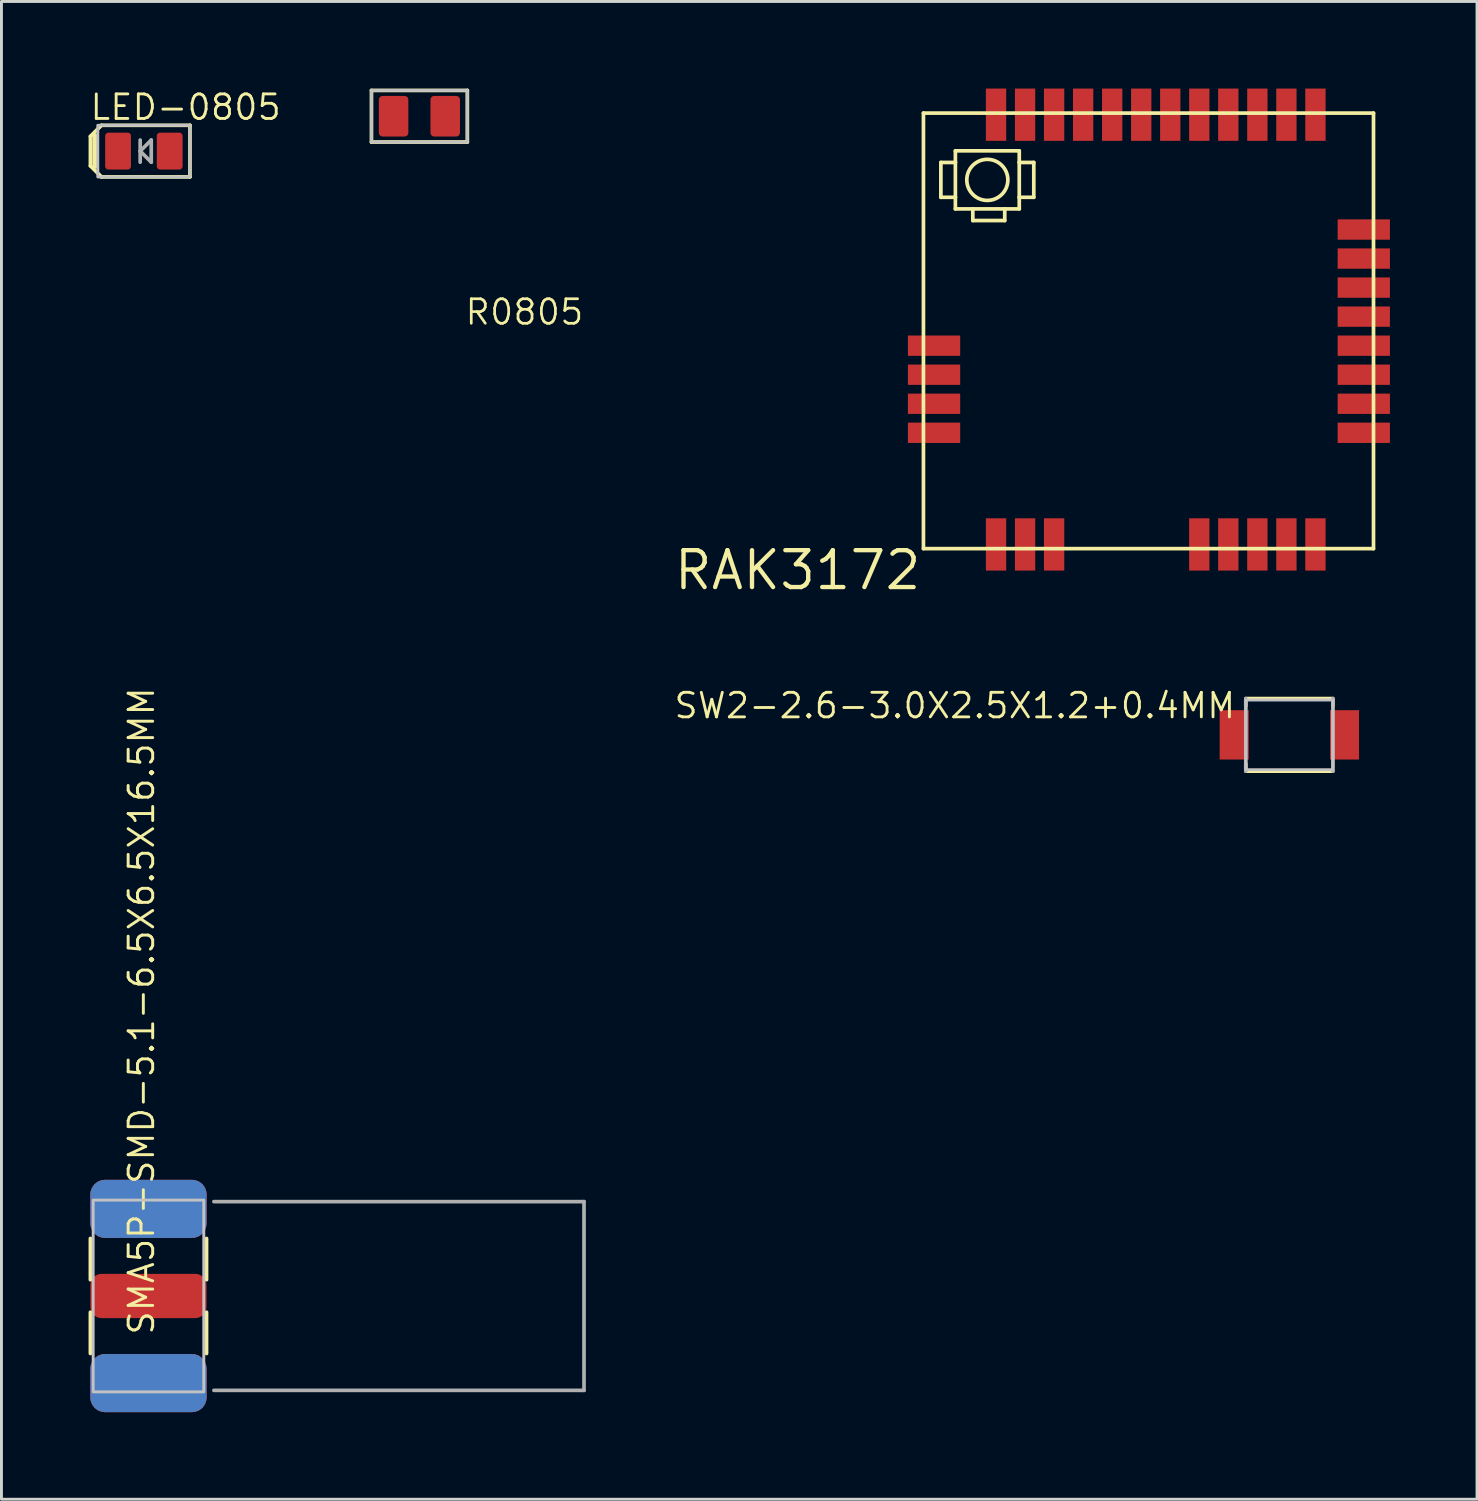
<source format=kicad_pcb>
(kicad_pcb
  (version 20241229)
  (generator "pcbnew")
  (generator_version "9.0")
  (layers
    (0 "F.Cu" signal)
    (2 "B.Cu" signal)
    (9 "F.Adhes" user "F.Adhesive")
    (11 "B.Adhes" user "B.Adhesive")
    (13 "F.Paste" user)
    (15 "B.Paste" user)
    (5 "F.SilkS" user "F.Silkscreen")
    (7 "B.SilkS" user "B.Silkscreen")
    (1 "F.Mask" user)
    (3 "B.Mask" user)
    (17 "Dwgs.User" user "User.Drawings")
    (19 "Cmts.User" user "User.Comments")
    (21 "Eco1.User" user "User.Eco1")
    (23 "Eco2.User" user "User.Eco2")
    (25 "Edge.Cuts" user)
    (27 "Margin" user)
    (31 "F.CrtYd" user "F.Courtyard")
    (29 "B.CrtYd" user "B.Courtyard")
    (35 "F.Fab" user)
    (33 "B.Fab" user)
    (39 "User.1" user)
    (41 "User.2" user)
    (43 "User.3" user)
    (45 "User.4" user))
  (footprint "RAK3172"
    (layer "F.Cu")
    (at 28.753 15.845)
    (property "Reference" "RAK3172" (at 0 0 0) (layer "F.SilkS") (effects (font (size 1.27 1.27) (thickness 0.15)) (justify right top)))
    (attr through_hole)
    (fp_line (start 0 -15) (end 0 0) (stroke (width 0.127) (type solid)) (layer "F.SilkS"))
    (fp_line (start 0 0) (end 15.5 0) (stroke (width 0.127) (type solid)) (layer "F.SilkS"))
    (fp_line (start 0.6 -13.3) (end 1.1 -13.3) (stroke (width 0.127) (type solid)) (layer "F.SilkS"))
    (fp_line (start 0.6 -12.1) (end 0.6 -13.3) (stroke (width 0.127) (type solid)) (layer "F.SilkS"))
    (fp_line (start 1.1 -13.7) (end 3.3 -13.7) (stroke (width 0.127) (type solid)) (layer "F.SilkS"))
    (fp_line (start 1.1 -13.3) (end 1.1 -13.7) (stroke (width 0.127) (type solid)) (layer "F.SilkS"))
    (fp_line (start 1.1 -12.1) (end 0.6 -12.1) (stroke (width 0.127) (type solid)) (layer "F.SilkS"))
    (fp_line (start 1.1 -12.1) (end 1.1 -13.3) (stroke (width 0.127) (type solid)) (layer "F.SilkS"))
    (fp_line (start 1.1 -11.7) (end 1.1 -12.1) (stroke (width 0.127) (type solid)) (layer "F.SilkS"))
    (fp_line (start 1.7 -11.7) (end 1.1 -11.7) (stroke (width 0.127) (type solid)) (layer "F.SilkS"))
    (fp_line (start 1.7 -11.3) (end 1.7 -11.7) (stroke (width 0.127) (type solid)) (layer "F.SilkS"))
    (fp_line (start 1.7 -11.3) (end 2.8 -11.3) (stroke (width 0.127) (type solid)) (layer "F.SilkS"))
    (fp_line (start 2.8 -11.7) (end 1.7 -11.7) (stroke (width 0.127) (type solid)) (layer "F.SilkS"))
    (fp_line (start 2.8 -11.3) (end 2.8 -11.7) (stroke (width 0.127) (type solid)) (layer "F.SilkS"))
    (fp_line (start 3.3 -13.7) (end 3.3 -13.3) (stroke (width 0.127) (type solid)) (layer "F.SilkS"))
    (fp_line (start 3.3 -13.3) (end 3.3 -12.1) (stroke (width 0.127) (type solid)) (layer "F.SilkS"))
    (fp_line (start 3.3 -12.1) (end 3.3 -11.7) (stroke (width 0.127) (type solid)) (layer "F.SilkS"))
    (fp_line (start 3.3 -11.7) (end 2.8 -11.7) (stroke (width 0.127) (type solid)) (layer "F.SilkS"))
    (fp_line (start 3.8 -13.3) (end 3.3 -13.3) (stroke (width 0.127) (type solid)) (layer "F.SilkS"))
    (fp_line (start 3.8 -13.3) (end 3.8 -12.1) (stroke (width 0.127) (type solid)) (layer "F.SilkS"))
    (fp_line (start 3.8 -12.1) (end 3.3 -12.1) (stroke (width 0.127) (type solid)) (layer "F.SilkS"))
    (fp_line (start 15.5 -15) (end 0 -15) (stroke (width 0.127) (type solid)) (layer "F.SilkS"))
    (fp_line (start 15.5 0) (end 15.5 -15) (stroke (width 0.127) (type solid)) (layer "F.SilkS"))
    (fp_circle (center 2.2 -12.7) (end 2.907 -12.7) (stroke (width 0.127) (type solid)) (fill no) (layer "F.SilkS"))
    (pad "1" smd rect (at 13.5 -14.945 90) (size 1.8 0.7) (layers "F.Cu" "F.Mask" "F.Paste"))
    (pad "2" smd rect (at 12.5 -14.945 90) (size 1.8 0.7) (layers "F.Cu" "F.Mask" "F.Paste"))
    (pad "3" smd rect (at 11.5 -14.945 90) (size 1.8 0.7) (layers "F.Cu" "F.Mask" "F.Paste"))
    (pad "4" smd rect (at 10.5 -14.945 90) (size 1.8 0.7) (layers "F.Cu" "F.Mask" "F.Paste"))
    (pad "5" smd rect (at 9.5 -14.945 90) (size 1.8 0.7) (layers "F.Cu" "F.Mask" "F.Paste"))
    (pad "6" smd rect (at 8.5 -14.945 90) (size 1.8 0.7) (layers "F.Cu" "F.Mask" "F.Paste"))
    (pad "7" smd rect (at 7.5 -14.945 90) (size 1.8 0.7) (layers "F.Cu" "F.Mask" "F.Paste"))
    (pad "8" smd rect (at 6.5 -14.945 90) (size 1.8 0.7) (layers "F.Cu" "F.Mask" "F.Paste"))
    (pad "9" smd rect (at 5.5 -14.945 90) (size 1.8 0.7) (layers "F.Cu" "F.Mask" "F.Paste"))
    (pad "10" smd rect (at 4.5 -14.945 90) (size 1.8 0.7) (layers "F.Cu" "F.Mask" "F.Paste"))
    (pad "11" smd rect (at 3.5 -14.945 90) (size 1.8 0.7) (layers "F.Cu" "F.Mask" "F.Paste"))
    (pad "12" smd rect (at 2.5 -14.945 90) (size 1.8 0.7) (layers "F.Cu" "F.Mask" "F.Paste"))
    (pad "13" smd rect (at 0.365 -6.99 180) (size 1.8 0.7) (layers "F.Cu" "F.Mask" "F.Paste"))
    (pad "14" smd rect (at 0.365 -5.99 180) (size 1.8 0.7) (layers "F.Cu" "F.Mask" "F.Paste"))
    (pad "15" smd rect (at 0.365 -4.99 180) (size 1.8 0.7) (layers "F.Cu" "F.Mask" "F.Paste"))
    (pad "16" smd rect (at 0.365 -3.99 180) (size 1.8 0.7) (layers "F.Cu" "F.Mask" "F.Paste"))
    (pad "17" smd rect (at 2.5 -0.145 90) (size 1.8 0.7) (layers "F.Cu" "F.Mask" "F.Paste"))
    (pad "18" smd rect (at 3.5 -0.145 90) (size 1.8 0.7) (layers "F.Cu" "F.Mask" "F.Paste"))
    (pad "19" smd rect (at 4.5 -0.145 90) (size 1.8 0.7) (layers "F.Cu" "F.Mask" "F.Paste"))
    (pad "20" smd rect (at 9.5 -0.145 90) (size 1.8 0.7) (layers "F.Cu" "F.Mask" "F.Paste"))
    (pad "21" smd rect (at 10.5 -0.145 90) (size 1.8 0.7) (layers "F.Cu" "F.Mask" "F.Paste"))
    (pad "22" smd rect (at 11.5 -0.145 90) (size 1.8 0.7) (layers "F.Cu" "F.Mask" "F.Paste"))
    (pad "23" smd rect (at 12.5 -0.145 90) (size 1.8 0.7) (layers "F.Cu" "F.Mask" "F.Paste"))
    (pad "24" smd rect (at 13.5 -0.145 90) (size 1.8 0.7) (layers "F.Cu" "F.Mask" "F.Paste"))
    (pad "25" smd rect (at 15.165 -3.99 180) (size 1.8 0.7) (layers "F.Cu" "F.Mask" "F.Paste"))
    (pad "26" smd rect (at 15.165 -4.99 180) (size 1.8 0.7) (layers "F.Cu" "F.Mask" "F.Paste"))
    (pad "27" smd rect (at 15.165 -5.99 180) (size 1.8 0.7) (layers "F.Cu" "F.Mask" "F.Paste"))
    (pad "28" smd rect (at 15.165 -6.99 180) (size 1.8 0.7) (layers "F.Cu" "F.Mask" "F.Paste"))
    (pad "29" smd rect (at 15.165 -7.99 180) (size 1.8 0.7) (layers "F.Cu" "F.Mask" "F.Paste"))
    (pad "30" smd rect (at 15.165 -8.99 180) (size 1.8 0.7) (layers "F.Cu" "F.Mask" "F.Paste"))
    (pad "31" smd rect (at 15.165 -9.99 180) (size 1.8 0.7) (layers "F.Cu" "F.Mask" "F.Paste"))
    (pad "32" smd rect (at 15.165 -10.99 180) (size 1.8 0.7) (layers "F.Cu" "F.Mask" "F.Paste")))
  (footprint "SMA5P-SMD-5.1-6.5X6.5X16.5MM"
    (layer "F.Cu")
    (at 2.063 41.583)
    (property "Reference" "SMA5P-SMD-5.1-6.5X6.5X16.5MM" (at 0.254 1.397 270) (layer "F.SilkS") (effects (font (size 0.845 0.845) (thickness 0.101)) (justify left bottom)))
    (attr through_hole)
    (fp_line (start -2 -0.56) (end -2 -1.98) (stroke (width 0.127) (type solid)) (layer "F.SilkS"))
    (fp_line (start -2 1.98) (end -2 0.56) (stroke (width 0.127) (type solid)) (layer "F.SilkS"))
    (fp_line (start 2 -1.98) (end 2 -0.56) (stroke (width 0.127) (type solid)) (layer "F.SilkS"))
    (fp_line (start 2 0.56) (end 2 1.98) (stroke (width 0.127) (type solid)) (layer "F.SilkS"))
    (fp_poly (pts (xy -1.905 3.302) (xy 1.905 3.302) (xy 1.905 -3.302) (xy -1.905 -3.302)) (stroke (width 0.1) (type solid)) (fill no) (layer "Dwgs.User"))
    (fp_line (start 2.254 -3.25) (end 15 -3.25) (stroke (width 0.127) (type solid)) (layer "F.Fab"))
    (fp_line (start 2.254 3.25) (end 15 3.25) (stroke (width 0.127) (type solid)) (layer "F.Fab"))
    (fp_line (start 15 -3.25) (end 15 3.25) (stroke (width 0.127) (type solid)) (layer "F.Fab"))
    (pad "ANT" smd roundrect (at 0 0 180) (size 4 1.524) (layers "F.Cu" "F.Mask" "F.Paste") (roundrect_rratio 0.25))
    (pad "GND1" smd roundrect (at 0 -3 180) (size 4 2) (layers "F.Cu" "F.Mask" "F.Paste") (roundrect_rratio 0.25))
    (pad "GND2" smd roundrect (at 0 3 180) (size 4 2) (layers "F.Cu" "F.Mask" "F.Paste") (roundrect_rratio 0.25))
    (pad "GND3" smd roundrect (at 0 -3) (size 4 2) (layers "*.Cu" "*.Mask") (roundrect_rratio 0.25))
    (pad "GND4" smd roundrect (at 0 3) (size 4 2) (layers "*.Cu" "*.Mask") (roundrect_rratio 0.25)))
  (footprint "LED-0805"
    (layer "F.Cu")
    (at 1.905 2.154)
    (property "Reference" "LED-0805" (at -1.905 -1.016 0) (layer "F.SilkS") (effects (font (size 0.845 0.845) (thickness 0.098)) (justify left bottom)))
    (attr through_hole)
    (fp_line (start -1.841 -0.508) (end -1.46 -0.889) (stroke (width 0.127) (type solid)) (layer "F.SilkS"))
    (fp_line (start -1.841 0.508) (end -1.841 -0.508) (stroke (width 0.127) (type solid)) (layer "F.SilkS"))
    (fp_line (start -1.676 -0.508) (end -1.676 0.508) (stroke (width 0.203) (type solid)) (layer "F.SilkS"))
    (fp_line (start -1.46 -0.889) (end 1.587 -0.889) (stroke (width 0.127) (type solid)) (layer "F.SilkS"))
    (fp_line (start -1.46 0.889) (end -1.841 0.508) (stroke (width 0.127) (type solid)) (layer "F.SilkS"))
    (fp_line (start 1.587 -0.889) (end 1.587 0.889) (stroke (width 0.127) (type solid)) (layer "F.SilkS"))
    (fp_line (start 1.587 0.889) (end -1.46 0.889) (stroke (width 0.127) (type solid)) (layer "F.SilkS"))
    (fp_poly (pts (xy 1.587 -0.889) (xy -1.587 -0.889) (xy -1.587 0.889) (xy 1.587 0.889)) (stroke (width 0.1) (type solid)) (fill no) (layer "Dwgs.User"))
    (fp_line (start -0.127 -0.381) (end -0.127 0.381) (stroke (width 0.127) (type solid)) (layer "F.Fab"))
    (fp_line (start -0.127 0) (end 0.254 -0.381) (stroke (width 0.127) (type solid)) (layer "F.Fab"))
    (fp_line (start 0.254 -0.381) (end 0.254 0.381) (stroke (width 0.127) (type solid)) (layer "F.Fab"))
    (fp_line (start 0.254 0.381) (end -0.127 0) (stroke (width 0.127) (type solid)) (layer "F.Fab"))
    (pad "+" smd roundrect (at 0.889 0 180) (size 0.889 1.27) (layers "F.Cu" "F.Mask" "F.Paste") (roundrect_rratio 0.125))
    (pad "-" smd roundrect (at -0.889 0 180) (size 0.889 1.27) (layers "F.Cu" "F.Mask" "F.Paste") (roundrect_rratio 0.125)))
  (footprint "SW2-2.6-3.0X2.5X1.2+0.4MM"
    (layer "F.Cu")
    (at 41.355 22.258)
    (property "Reference" "SW2-2.6-3.0X2.5X1.2+0.4MM" (at -1.8 -1.5 0) (layer "F.SilkS") (effects (font (size 0.845 0.845) (thickness 0.098)) (justify right top)))
    (attr through_hole)
    (fp_line (start -1.5 -1.2) (end -1.5 -1) (stroke (width 0.127) (type solid)) (layer "F.SilkS"))
    (fp_line (start -1.5 1.2) (end -1.5 1) (stroke (width 0.127) (type solid)) (layer "F.SilkS"))
    (fp_line (start -1.5 1.25) (end 1.5 1.25) (stroke (width 0.127) (type solid)) (layer "F.SilkS"))
    (fp_line (start 1.5 -1.25) (end -1.5 -1.25) (stroke (width 0.127) (type solid)) (layer "F.SilkS"))
    (fp_line (start 1.5 -1.2) (end 1.5 -1) (stroke (width 0.127) (type solid)) (layer "F.SilkS"))
    (fp_poly (pts (xy -1.5 1.2) (xy 1.5 1.2) (xy 1.5 -1.2) (xy -1.5 -1.2)) (stroke (width 0.1) (type solid)) (fill no) (layer "Dwgs.User"))
    (fp_line (start -1.5 -1.25) (end -1.5 1.25) (stroke (width 0.127) (type solid)) (layer "F.Fab"))
    (fp_line (start 1.5 1.25) (end 1.5 -1.25) (stroke (width 0.127) (type solid)) (layer "F.Fab"))
    (pad "1" smd rect (at -1.9 0 90) (size 1.7 1) (layers "F.Cu" "F.Mask" "F.Paste"))
    (pad "2" smd rect (at 1.9 0 90) (size 1.7 1) (layers "F.Cu" "F.Mask" "F.Paste")))
  (footprint "R0805"
    (layer "F.Cu")
    (at 11.394 0.953)
    (property "Reference" "R0805" (at 1.524 7.239 180) (layer "F.SilkS") (effects (font (size 0.845 0.845) (thickness 0.093)) (justify left bottom)))
    (attr through_hole)
    (fp_line (start -1.651 -0.889) (end 1.651 -0.889) (stroke (width 0.127) (type solid)) (layer "F.SilkS"))
    (fp_line (start -1.651 0.889) (end -1.651 -0.889) (stroke (width 0.127) (type solid)) (layer "F.SilkS"))
    (fp_line (start 1.651 -0.889) (end 1.651 0.889) (stroke (width 0.127) (type solid)) (layer "F.SilkS"))
    (fp_line (start 1.651 0.889) (end -1.651 0.889) (stroke (width 0.127) (type solid)) (layer "F.SilkS"))
    (fp_poly (pts (xy -1.651 0.889) (xy 1.651 0.889) (xy 1.651 -0.889) (xy -1.651 -0.889)) (stroke (width 0.1) (type solid)) (fill no) (layer "Dwgs.User"))
    (pad "1" smd roundrect (at -0.889 0) (size 1.016 1.397) (layers "F.Cu" "F.Mask" "F.Paste") (roundrect_rratio 0.125))
    (pad "2" smd roundrect (at 0.889 0) (size 1.016 1.397) (layers "F.Cu" "F.Mask" "F.Paste") (roundrect_rratio 0.125)))
  (gr_rect
    (start -3 -3)
    (end 47.818 48.583)
    (stroke (width 0.1) (type default))
    (fill no)
    (layer "Edge.Cuts")))
</source>
